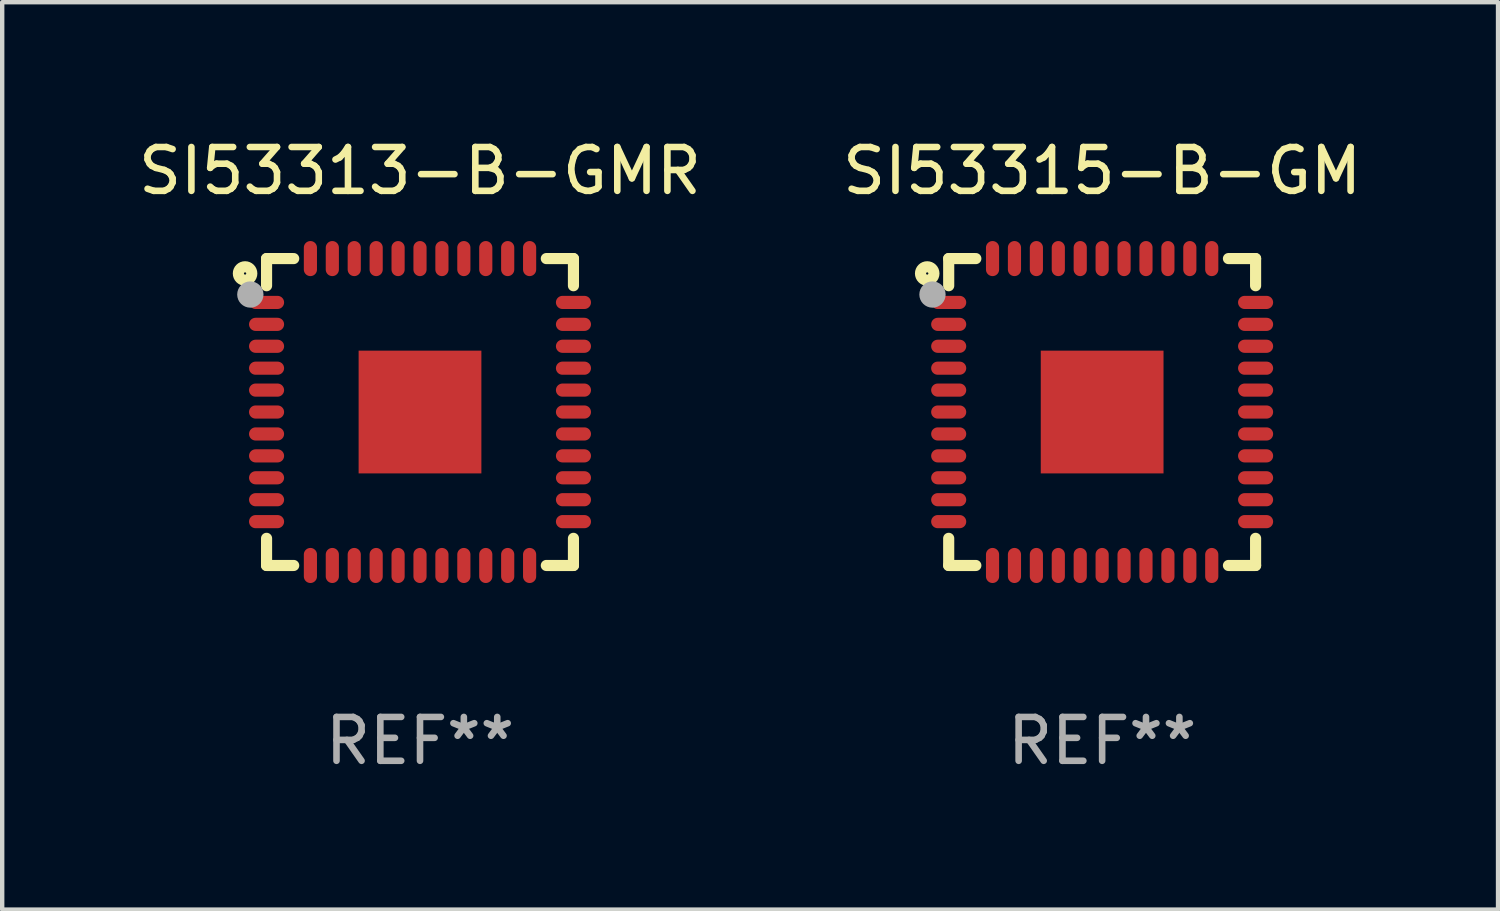
<source format=kicad_pcb>
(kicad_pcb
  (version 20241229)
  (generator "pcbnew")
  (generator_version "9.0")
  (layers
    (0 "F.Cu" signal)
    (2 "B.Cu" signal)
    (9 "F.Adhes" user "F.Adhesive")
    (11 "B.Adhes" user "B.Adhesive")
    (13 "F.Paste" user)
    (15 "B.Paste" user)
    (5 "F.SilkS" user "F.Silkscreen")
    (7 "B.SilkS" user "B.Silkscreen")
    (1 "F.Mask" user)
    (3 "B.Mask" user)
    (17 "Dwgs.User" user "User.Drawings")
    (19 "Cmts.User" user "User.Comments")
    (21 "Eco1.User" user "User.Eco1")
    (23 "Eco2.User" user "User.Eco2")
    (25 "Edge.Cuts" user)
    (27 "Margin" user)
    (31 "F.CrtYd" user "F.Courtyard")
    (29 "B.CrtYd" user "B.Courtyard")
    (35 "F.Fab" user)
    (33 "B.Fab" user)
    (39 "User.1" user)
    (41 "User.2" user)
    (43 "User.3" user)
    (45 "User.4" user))
  (footprint "SI53315-B-GM"
    (layer "F.Cu")
    (at 22.089 6.348)
    (property "Reference" "SI53315-B-GM" (at 0 -5.5 0) (layer "F.SilkS") (effects (font (size 1 1) (thickness 0.15))))
    (attr through_hole)
    (fp_line (start -3.5 -3.5) (end -2.881 -3.5) (stroke (width 0.254) (type solid)) (layer "F.SilkS"))
    (fp_line (start -3.5 -2.881) (end -3.5 -3.5) (stroke (width 0.254) (type solid)) (layer "F.SilkS"))
    (fp_line (start -3.5 3.5) (end -3.5 2.881) (stroke (width 0.254) (type solid)) (layer "F.SilkS"))
    (fp_line (start -2.881 3.5) (end -3.5 3.5) (stroke (width 0.254) (type solid)) (layer "F.SilkS"))
    (fp_line (start 2.881 -3.5) (end 3.5 -3.5) (stroke (width 0.254) (type solid)) (layer "F.SilkS"))
    (fp_line (start 3.5 -3.5) (end 3.5 -2.881) (stroke (width 0.254) (type solid)) (layer "F.SilkS"))
    (fp_line (start 3.5 2.881) (end 3.5 3.5) (stroke (width 0.254) (type solid)) (layer "F.SilkS"))
    (fp_line (start 3.5 3.5) (end 2.881 3.5) (stroke (width 0.254) (type solid)) (layer "F.SilkS"))
    (fp_circle (center -3.99 -3.16) (end -3.837 -3.16) (stroke (width 0.254) (type solid)) (fill no) (layer "F.SilkS"))
    (fp_circle (center -3.5 -3.5) (end -3.47 -3.5) (stroke (width 0.06) (type solid)) (fill no) (layer "F.SilkS"))
    (fp_circle (center -3.87 -2.68) (end -3.72 -2.68) (stroke (width 0.3) (type solid)) (fill no) (layer "F.Fab"))
    (fp_text user "REF**" (at 0 7.5 0) (layer "F.Fab") (effects (font (size 1 1) (thickness 0.15))))
    (pad "1" smd oval (at -3.5 -2.5) (size 0.8 0.3) (layers "F.Cu" "F.Mask" "F.Paste"))
    (pad "2" smd oval (at -3.5 -2) (size 0.8 0.3) (layers "F.Cu" "F.Mask" "F.Paste"))
    (pad "3" smd oval (at -3.5 -1.5) (size 0.8 0.3) (layers "F.Cu" "F.Mask" "F.Paste"))
    (pad "4" smd oval (at -3.5 -1) (size 0.8 0.3) (layers "F.Cu" "F.Mask" "F.Paste"))
    (pad "5" smd oval (at -3.5 -0.5) (size 0.8 0.3) (layers "F.Cu" "F.Mask" "F.Paste"))
    (pad "6" smd oval (at -3.5 -0.00014) (size 0.8 0.3) (layers "F.Cu" "F.Mask" "F.Paste"))
    (pad "7" smd oval (at -3.5 0.5) (size 0.8 0.3) (layers "F.Cu" "F.Mask" "F.Paste"))
    (pad "8" smd oval (at -3.5 1) (size 0.8 0.3) (layers "F.Cu" "F.Mask" "F.Paste"))
    (pad "9" smd oval (at -3.5 1.5) (size 0.8 0.3) (layers "F.Cu" "F.Mask" "F.Paste"))
    (pad "10" smd oval (at -3.5 2) (size 0.8 0.3) (layers "F.Cu" "F.Mask" "F.Paste"))
    (pad "11" smd oval (at -3.5 2.5) (size 0.8 0.3) (layers "F.Cu" "F.Mask" "F.Paste"))
    (pad "12" smd oval (at -2.5 3.5) (size 0.3 0.8) (layers "F.Cu" "F.Mask" "F.Paste"))
    (pad "13" smd oval (at -2 3.5) (size 0.3 0.8) (layers "F.Cu" "F.Mask" "F.Paste"))
    (pad "14" smd oval (at -1.5 3.5) (size 0.3 0.8) (layers "F.Cu" "F.Mask" "F.Paste"))
    (pad "15" smd oval (at -1 3.5) (size 0.3 0.8) (layers "F.Cu" "F.Mask" "F.Paste"))
    (pad "16" smd oval (at -0.5 3.5) (size 0.3 0.8) (layers "F.Cu" "F.Mask" "F.Paste"))
    (pad "17" smd oval (at -0.000127 3.5) (size 0.3 0.8) (layers "F.Cu" "F.Mask" "F.Paste"))
    (pad "18" smd oval (at 0.5 3.5) (size 0.3 0.8) (layers "F.Cu" "F.Mask" "F.Paste"))
    (pad "19" smd oval (at 1 3.5) (size 0.3 0.8) (layers "F.Cu" "F.Mask" "F.Paste"))
    (pad "20" smd oval (at 1.5 3.5) (size 0.3 0.8) (layers "F.Cu" "F.Mask" "F.Paste"))
    (pad "21" smd oval (at 2 3.5) (size 0.3 0.8) (layers "F.Cu" "F.Mask" "F.Paste"))
    (pad "22" smd oval (at 2.5 3.5) (size 0.3 0.8) (layers "F.Cu" "F.Mask" "F.Paste"))
    (pad "23" smd oval (at 3.5 2.5) (size 0.8 0.3) (layers "F.Cu" "F.Mask" "F.Paste"))
    (pad "24" smd oval (at 3.5 2) (size 0.8 0.3) (layers "F.Cu" "F.Mask" "F.Paste"))
    (pad "25" smd oval (at 3.5 1.5) (size 0.8 0.3) (layers "F.Cu" "F.Mask" "F.Paste"))
    (pad "26" smd oval (at 3.5 1) (size 0.8 0.3) (layers "F.Cu" "F.Mask" "F.Paste"))
    (pad "27" smd oval (at 3.5 0.5) (size 0.8 0.3) (layers "F.Cu" "F.Mask" "F.Paste"))
    (pad "28" smd oval (at 3.5 -0.00014) (size 0.8 0.3) (layers "F.Cu" "F.Mask" "F.Paste"))
    (pad "29" smd oval (at 3.5 -0.5) (size 0.8 0.3) (layers "F.Cu" "F.Mask" "F.Paste"))
    (pad "30" smd oval (at 3.5 -1) (size 0.8 0.3) (layers "F.Cu" "F.Mask" "F.Paste"))
    (pad "31" smd oval (at 3.5 -1.5) (size 0.8 0.3) (layers "F.Cu" "F.Mask" "F.Paste"))
    (pad "32" smd oval (at 3.5 -2) (size 0.8 0.3) (layers "F.Cu" "F.Mask" "F.Paste"))
    (pad "33" smd oval (at 3.5 -2.5) (size 0.8 0.3) (layers "F.Cu" "F.Mask" "F.Paste"))
    (pad "34" smd oval (at 2.5 -3.5) (size 0.3 0.8) (layers "F.Cu" "F.Mask" "F.Paste"))
    (pad "35" smd oval (at 2 -3.5) (size 0.3 0.8) (layers "F.Cu" "F.Mask" "F.Paste"))
    (pad "36" smd oval (at 1.5 -3.5) (size 0.3 0.8) (layers "F.Cu" "F.Mask" "F.Paste"))
    (pad "37" smd oval (at 1 -3.5) (size 0.3 0.8) (layers "F.Cu" "F.Mask" "F.Paste"))
    (pad "38" smd oval (at 0.5 -3.5) (size 0.3 0.8) (layers "F.Cu" "F.Mask" "F.Paste"))
    (pad "39" smd oval (at -0.000127 -3.5) (size 0.3 0.8) (layers "F.Cu" "F.Mask" "F.Paste"))
    (pad "40" smd oval (at -0.5 -3.5) (size 0.3 0.8) (layers "F.Cu" "F.Mask" "F.Paste"))
    (pad "41" smd oval (at -1 -3.5) (size 0.3 0.8) (layers "F.Cu" "F.Mask" "F.Paste"))
    (pad "42" smd oval (at -1.5 -3.5) (size 0.3 0.8) (layers "F.Cu" "F.Mask" "F.Paste"))
    (pad "43" smd oval (at -2 -3.5) (size 0.3 0.8) (layers "F.Cu" "F.Mask" "F.Paste"))
    (pad "44" smd oval (at -2.5 -3.5) (size 0.3 0.8) (layers "F.Cu" "F.Mask" "F.Paste"))
    (pad "45" smd rect (at -0.000127 -0.00014) (size 2.8 2.8) (layers "F.Cu" "F.Mask" "F.Paste")))
  (footprint "SI53313-B-GMR"
    (layer "F.Cu")
    (at 6.53 6.348)
    (property "Reference" "SI53313-B-GMR" (at 0 -5.5 0) (layer "F.SilkS") (effects (font (size 1 1) (thickness 0.15))))
    (attr through_hole)
    (fp_line (start -3.5 -3.5) (end -2.881 -3.5) (stroke (width 0.254) (type solid)) (layer "F.SilkS"))
    (fp_line (start -3.5 -2.881) (end -3.5 -3.5) (stroke (width 0.254) (type solid)) (layer "F.SilkS"))
    (fp_line (start -3.5 3.5) (end -3.5 2.881) (stroke (width 0.254) (type solid)) (layer "F.SilkS"))
    (fp_line (start -2.881 3.5) (end -3.5 3.5) (stroke (width 0.254) (type solid)) (layer "F.SilkS"))
    (fp_line (start 2.881 -3.5) (end 3.5 -3.5) (stroke (width 0.254) (type solid)) (layer "F.SilkS"))
    (fp_line (start 3.5 -3.5) (end 3.5 -2.881) (stroke (width 0.254) (type solid)) (layer "F.SilkS"))
    (fp_line (start 3.5 2.881) (end 3.5 3.5) (stroke (width 0.254) (type solid)) (layer "F.SilkS"))
    (fp_line (start 3.5 3.5) (end 2.881 3.5) (stroke (width 0.254) (type solid)) (layer "F.SilkS"))
    (fp_circle (center -3.99 -3.16) (end -3.837 -3.16) (stroke (width 0.254) (type solid)) (fill no) (layer "F.SilkS"))
    (fp_circle (center -3.5 -3.5) (end -3.47 -3.5) (stroke (width 0.06) (type solid)) (fill no) (layer "F.SilkS"))
    (fp_circle (center -3.87 -2.68) (end -3.72 -2.68) (stroke (width 0.3) (type solid)) (fill no) (layer "F.Fab"))
    (fp_text user "REF**" (at 0 7.5 0) (layer "F.Fab") (effects (font (size 1 1) (thickness 0.15))))
    (pad "1" smd oval (at -3.5 -2.5) (size 0.8 0.3) (layers "F.Cu" "F.Mask" "F.Paste"))
    (pad "2" smd oval (at -3.5 -2) (size 0.8 0.3) (layers "F.Cu" "F.Mask" "F.Paste"))
    (pad "3" smd oval (at -3.5 -1.5) (size 0.8 0.3) (layers "F.Cu" "F.Mask" "F.Paste"))
    (pad "4" smd oval (at -3.5 -1) (size 0.8 0.3) (layers "F.Cu" "F.Mask" "F.Paste"))
    (pad "5" smd oval (at -3.5 -0.5) (size 0.8 0.3) (layers "F.Cu" "F.Mask" "F.Paste"))
    (pad "6" smd oval (at -3.5 -0.00014) (size 0.8 0.3) (layers "F.Cu" "F.Mask" "F.Paste"))
    (pad "7" smd oval (at -3.5 0.5) (size 0.8 0.3) (layers "F.Cu" "F.Mask" "F.Paste"))
    (pad "8" smd oval (at -3.5 1) (size 0.8 0.3) (layers "F.Cu" "F.Mask" "F.Paste"))
    (pad "9" smd oval (at -3.5 1.5) (size 0.8 0.3) (layers "F.Cu" "F.Mask" "F.Paste"))
    (pad "10" smd oval (at -3.5 2) (size 0.8 0.3) (layers "F.Cu" "F.Mask" "F.Paste"))
    (pad "11" smd oval (at -3.5 2.5) (size 0.8 0.3) (layers "F.Cu" "F.Mask" "F.Paste"))
    (pad "12" smd oval (at -2.5 3.5) (size 0.3 0.8) (layers "F.Cu" "F.Mask" "F.Paste"))
    (pad "13" smd oval (at -2 3.5) (size 0.3 0.8) (layers "F.Cu" "F.Mask" "F.Paste"))
    (pad "14" smd oval (at -1.5 3.5) (size 0.3 0.8) (layers "F.Cu" "F.Mask" "F.Paste"))
    (pad "15" smd oval (at -1 3.5) (size 0.3 0.8) (layers "F.Cu" "F.Mask" "F.Paste"))
    (pad "16" smd oval (at -0.5 3.5) (size 0.3 0.8) (layers "F.Cu" "F.Mask" "F.Paste"))
    (pad "17" smd oval (at -0.000127 3.5) (size 0.3 0.8) (layers "F.Cu" "F.Mask" "F.Paste"))
    (pad "18" smd oval (at 0.5 3.5) (size 0.3 0.8) (layers "F.Cu" "F.Mask" "F.Paste"))
    (pad "19" smd oval (at 1 3.5) (size 0.3 0.8) (layers "F.Cu" "F.Mask" "F.Paste"))
    (pad "20" smd oval (at 1.5 3.5) (size 0.3 0.8) (layers "F.Cu" "F.Mask" "F.Paste"))
    (pad "21" smd oval (at 2 3.5) (size 0.3 0.8) (layers "F.Cu" "F.Mask" "F.Paste"))
    (pad "22" smd oval (at 2.5 3.5) (size 0.3 0.8) (layers "F.Cu" "F.Mask" "F.Paste"))
    (pad "23" smd oval (at 3.5 2.5) (size 0.8 0.3) (layers "F.Cu" "F.Mask" "F.Paste"))
    (pad "24" smd oval (at 3.5 2) (size 0.8 0.3) (layers "F.Cu" "F.Mask" "F.Paste"))
    (pad "25" smd oval (at 3.5 1.5) (size 0.8 0.3) (layers "F.Cu" "F.Mask" "F.Paste"))
    (pad "26" smd oval (at 3.5 1) (size 0.8 0.3) (layers "F.Cu" "F.Mask" "F.Paste"))
    (pad "27" smd oval (at 3.5 0.5) (size 0.8 0.3) (layers "F.Cu" "F.Mask" "F.Paste"))
    (pad "28" smd oval (at 3.5 -0.00014) (size 0.8 0.3) (layers "F.Cu" "F.Mask" "F.Paste"))
    (pad "29" smd oval (at 3.5 -0.5) (size 0.8 0.3) (layers "F.Cu" "F.Mask" "F.Paste"))
    (pad "30" smd oval (at 3.5 -1) (size 0.8 0.3) (layers "F.Cu" "F.Mask" "F.Paste"))
    (pad "31" smd oval (at 3.5 -1.5) (size 0.8 0.3) (layers "F.Cu" "F.Mask" "F.Paste"))
    (pad "32" smd oval (at 3.5 -2) (size 0.8 0.3) (layers "F.Cu" "F.Mask" "F.Paste"))
    (pad "33" smd oval (at 3.5 -2.5) (size 0.8 0.3) (layers "F.Cu" "F.Mask" "F.Paste"))
    (pad "34" smd oval (at 2.5 -3.5) (size 0.3 0.8) (layers "F.Cu" "F.Mask" "F.Paste"))
    (pad "35" smd oval (at 2 -3.5) (size 0.3 0.8) (layers "F.Cu" "F.Mask" "F.Paste"))
    (pad "36" smd oval (at 1.5 -3.5) (size 0.3 0.8) (layers "F.Cu" "F.Mask" "F.Paste"))
    (pad "37" smd oval (at 1 -3.5) (size 0.3 0.8) (layers "F.Cu" "F.Mask" "F.Paste"))
    (pad "38" smd oval (at 0.5 -3.5) (size 0.3 0.8) (layers "F.Cu" "F.Mask" "F.Paste"))
    (pad "39" smd oval (at -0.000127 -3.5) (size 0.3 0.8) (layers "F.Cu" "F.Mask" "F.Paste"))
    (pad "40" smd oval (at -0.5 -3.5) (size 0.3 0.8) (layers "F.Cu" "F.Mask" "F.Paste"))
    (pad "41" smd oval (at -1 -3.5) (size 0.3 0.8) (layers "F.Cu" "F.Mask" "F.Paste"))
    (pad "42" smd oval (at -1.5 -3.5) (size 0.3 0.8) (layers "F.Cu" "F.Mask" "F.Paste"))
    (pad "43" smd oval (at -2 -3.5) (size 0.3 0.8) (layers "F.Cu" "F.Mask" "F.Paste"))
    (pad "44" smd oval (at -2.5 -3.5) (size 0.3 0.8) (layers "F.Cu" "F.Mask" "F.Paste"))
    (pad "45" smd rect (at -0.000127 -0.00014) (size 2.8 2.8) (layers "F.Cu" "F.Mask" "F.Paste")))
  (gr_rect
    (start -3 -3)
    (end 31.119 17.697)
    (stroke (width 0.1) (type default))
    (fill no)
    (layer "Edge.Cuts")))
</source>
